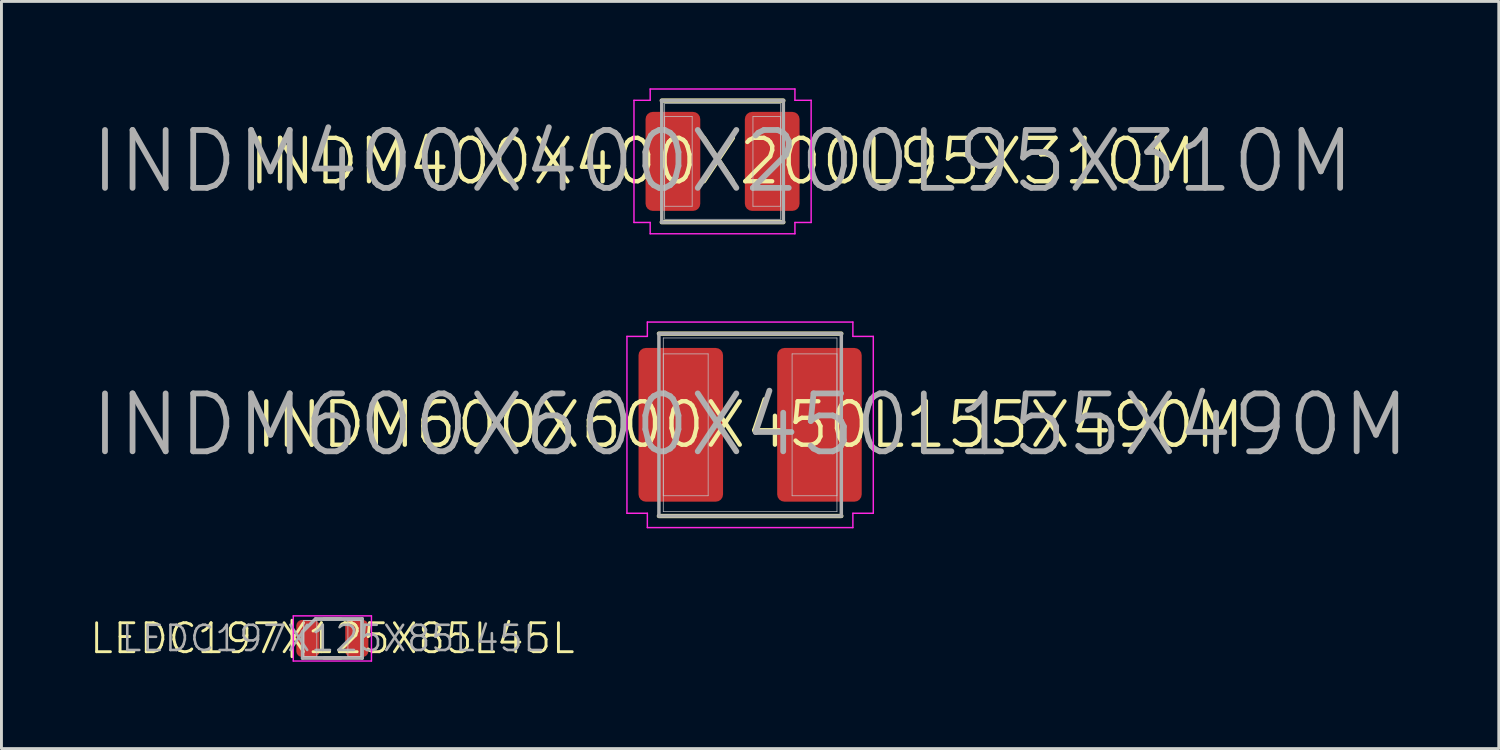
<source format=kicad_pcb>
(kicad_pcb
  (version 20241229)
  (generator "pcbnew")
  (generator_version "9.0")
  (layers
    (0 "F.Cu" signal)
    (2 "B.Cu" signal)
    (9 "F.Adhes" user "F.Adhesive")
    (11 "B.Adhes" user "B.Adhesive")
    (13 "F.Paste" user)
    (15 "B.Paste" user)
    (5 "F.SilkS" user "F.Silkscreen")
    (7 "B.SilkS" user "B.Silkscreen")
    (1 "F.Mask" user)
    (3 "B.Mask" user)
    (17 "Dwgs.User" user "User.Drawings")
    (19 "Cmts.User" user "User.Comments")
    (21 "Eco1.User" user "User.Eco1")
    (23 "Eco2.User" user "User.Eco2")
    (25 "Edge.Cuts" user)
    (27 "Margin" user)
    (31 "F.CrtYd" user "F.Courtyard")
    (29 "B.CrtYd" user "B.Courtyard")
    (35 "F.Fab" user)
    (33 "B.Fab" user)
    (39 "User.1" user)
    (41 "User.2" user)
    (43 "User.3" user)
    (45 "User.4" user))
  (footprint "INDM600X600X450L155X490M"
    (layer "F.Cu")
    (at 22.862 11.625)
    (property "Reference" "INDM600X600X450L155X490M" (at 0 0 0) (layer "F.SilkS") (effects (font (size 1.5 1.5) (thickness 0.15))))
    (attr smd)
    (fp_line (start -3.15 -3.15) (end 3.15 -3.15) (stroke (width 0.15) (type solid)) (layer "F.SilkS"))
    (fp_line (start 3.15 3.15) (end -3.15 3.15) (stroke (width 0.15) (type solid)) (layer "F.SilkS"))
    (fp_line (start -3 -3) (end 3 -3) (stroke (width 0.025) (type solid)) (layer "Dwgs.User"))
    (fp_line (start -3 -2.45) (end -1.45 -2.45) (stroke (width 0.025) (type solid)) (layer "Dwgs.User"))
    (fp_line (start -3 2.45) (end -3 -2.45) (stroke (width 0.025) (type solid)) (layer "Dwgs.User"))
    (fp_line (start -3 3) (end -3 -3) (stroke (width 0.025) (type solid)) (layer "Dwgs.User"))
    (fp_line (start -1.45 -2.45) (end -1.45 2.45) (stroke (width 0.025) (type solid)) (layer "Dwgs.User"))
    (fp_line (start -1.45 2.45) (end -3 2.45) (stroke (width 0.025) (type solid)) (layer "Dwgs.User"))
    (fp_line (start 1.45 -2.45) (end 3 -2.45) (stroke (width 0.025) (type solid)) (layer "Dwgs.User"))
    (fp_line (start 1.45 2.45) (end 1.45 -2.45) (stroke (width 0.025) (type solid)) (layer "Dwgs.User"))
    (fp_line (start 3 -3) (end 3 3) (stroke (width 0.025) (type solid)) (layer "Dwgs.User"))
    (fp_line (start 3 -2.45) (end 3 2.45) (stroke (width 0.025) (type solid)) (layer "Dwgs.User"))
    (fp_line (start 3 2.45) (end 1.45 2.45) (stroke (width 0.025) (type solid)) (layer "Dwgs.User"))
    (fp_line (start 3 3) (end -3 3) (stroke (width 0.025) (type solid)) (layer "Dwgs.User"))
    (fp_line (start -4.255 -3.055) (end -4.255 3.055) (stroke (width 0.05) (type solid)) (layer "F.CrtYd"))
    (fp_line (start -4.255 3.055) (end -3.55 3.055) (stroke (width 0.05) (type solid)) (layer "F.CrtYd"))
    (fp_line (start -3.55 -3.55) (end -3.55 -3.055) (stroke (width 0.05) (type solid)) (layer "F.CrtYd"))
    (fp_line (start -3.55 -3.055) (end -4.255 -3.055) (stroke (width 0.05) (type solid)) (layer "F.CrtYd"))
    (fp_line (start -3.55 3.055) (end -3.55 3.55) (stroke (width 0.05) (type solid)) (layer "F.CrtYd"))
    (fp_line (start -3.55 3.55) (end 3.55 3.55) (stroke (width 0.05) (type solid)) (layer "F.CrtYd"))
    (fp_line (start 3.55 -3.55) (end -3.55 -3.55) (stroke (width 0.05) (type solid)) (layer "F.CrtYd"))
    (fp_line (start 3.55 -3.055) (end 3.55 -3.55) (stroke (width 0.05) (type solid)) (layer "F.CrtYd"))
    (fp_line (start 3.55 3.055) (end 4.255 3.055) (stroke (width 0.05) (type solid)) (layer "F.CrtYd"))
    (fp_line (start 3.55 3.55) (end 3.55 3.055) (stroke (width 0.05) (type solid)) (layer "F.CrtYd"))
    (fp_line (start 4.255 -3.055) (end 3.55 -3.055) (stroke (width 0.05) (type solid)) (layer "F.CrtYd"))
    (fp_line (start 4.255 3.055) (end 4.255 -3.055) (stroke (width 0.05) (type solid)) (layer "F.CrtYd"))
    (fp_line (start -3.15 -3.15) (end 3.15 -3.15) (stroke (width 0.12) (type solid)) (layer "F.Fab"))
    (fp_line (start -3.15 3.15) (end -3.15 -3.15) (stroke (width 0.12) (type solid)) (layer "F.Fab"))
    (fp_line (start 3.15 -3.15) (end 3.15 3.15) (stroke (width 0.12) (type solid)) (layer "F.Fab"))
    (fp_line (start 3.15 3.15) (end -3.15 3.15) (stroke (width 0.12) (type solid)) (layer "F.Fab"))
    (fp_text user "${REFERENCE}" (at 0 0 0) (layer "F.Fab") (effects (font (size 2 2) (thickness 0.2))))
    (pad "1" smd roundrect (at -2.395 0) (size 2.92 5.31) (layers "F.Cu" "F.Mask" "F.Paste") (roundrect_rratio 0.086))
    (pad "2" smd roundrect (at 2.395 0) (size 2.92 5.31) (layers "F.Cu" "F.Mask" "F.Paste") (roundrect_rratio 0.086)))
  (footprint "INDM400X400X200L95X310M"
    (layer "F.Cu")
    (at 21.91 2.525)
    (property "Reference" "INDM400X400X200L95X310M" (at 0 0 0) (layer "F.SilkS") (effects (font (size 1.5 1.5) (thickness 0.15))))
    (attr smd)
    (fp_line (start -2.1 -2.1) (end 2.1 -2.1) (stroke (width 0.15) (type solid)) (layer "F.SilkS"))
    (fp_line (start 2.1 2.1) (end -2.1 2.1) (stroke (width 0.15) (type solid)) (layer "F.SilkS"))
    (fp_line (start -2 -2) (end 2 -2) (stroke (width 0.025) (type solid)) (layer "Dwgs.User"))
    (fp_line (start -2 -1.55) (end -1.05 -1.55) (stroke (width 0.025) (type solid)) (layer "Dwgs.User"))
    (fp_line (start -2 1.55) (end -2 -1.55) (stroke (width 0.025) (type solid)) (layer "Dwgs.User"))
    (fp_line (start -2 2) (end -2 -2) (stroke (width 0.025) (type solid)) (layer "Dwgs.User"))
    (fp_line (start -1.05 -1.55) (end -1.05 1.55) (stroke (width 0.025) (type solid)) (layer "Dwgs.User"))
    (fp_line (start -1.05 1.55) (end -2 1.55) (stroke (width 0.025) (type solid)) (layer "Dwgs.User"))
    (fp_line (start 1.05 -1.55) (end 2 -1.55) (stroke (width 0.025) (type solid)) (layer "Dwgs.User"))
    (fp_line (start 1.05 1.55) (end 1.05 -1.55) (stroke (width 0.025) (type solid)) (layer "Dwgs.User"))
    (fp_line (start 2 -2) (end 2 2) (stroke (width 0.025) (type solid)) (layer "Dwgs.User"))
    (fp_line (start 2 -1.55) (end 2 1.55) (stroke (width 0.025) (type solid)) (layer "Dwgs.User"))
    (fp_line (start 2 1.55) (end 1.05 1.55) (stroke (width 0.025) (type solid)) (layer "Dwgs.User"))
    (fp_line (start 2 2) (end -2 2) (stroke (width 0.025) (type solid)) (layer "Dwgs.User"))
    (fp_line (start -3.06 -2.11) (end -3.06 2.11) (stroke (width 0.05) (type solid)) (layer "F.CrtYd"))
    (fp_line (start -3.06 2.11) (end -2.5 2.11) (stroke (width 0.05) (type solid)) (layer "F.CrtYd"))
    (fp_line (start -2.5 -2.5) (end -2.5 -2.11) (stroke (width 0.05) (type solid)) (layer "F.CrtYd"))
    (fp_line (start -2.5 -2.11) (end -3.06 -2.11) (stroke (width 0.05) (type solid)) (layer "F.CrtYd"))
    (fp_line (start -2.5 2.11) (end -2.5 2.5) (stroke (width 0.05) (type solid)) (layer "F.CrtYd"))
    (fp_line (start -2.5 2.5) (end 2.5 2.5) (stroke (width 0.05) (type solid)) (layer "F.CrtYd"))
    (fp_line (start 2.5 -2.5) (end -2.5 -2.5) (stroke (width 0.05) (type solid)) (layer "F.CrtYd"))
    (fp_line (start 2.5 -2.11) (end 2.5 -2.5) (stroke (width 0.05) (type solid)) (layer "F.CrtYd"))
    (fp_line (start 2.5 2.11) (end 3.06 2.11) (stroke (width 0.05) (type solid)) (layer "F.CrtYd"))
    (fp_line (start 2.5 2.5) (end 2.5 2.11) (stroke (width 0.05) (type solid)) (layer "F.CrtYd"))
    (fp_line (start 3.06 -2.11) (end 2.5 -2.11) (stroke (width 0.05) (type solid)) (layer "F.CrtYd"))
    (fp_line (start 3.06 2.11) (end 3.06 -2.11) (stroke (width 0.05) (type solid)) (layer "F.CrtYd"))
    (fp_line (start -2.1 -2.1) (end 2.1 -2.1) (stroke (width 0.12) (type solid)) (layer "F.Fab"))
    (fp_line (start -2.1 2.1) (end -2.1 -2.1) (stroke (width 0.12) (type solid)) (layer "F.Fab"))
    (fp_line (start 2.1 -2.1) (end 2.1 2.1) (stroke (width 0.12) (type solid)) (layer "F.Fab"))
    (fp_line (start 2.1 2.1) (end -2.1 2.1) (stroke (width 0.12) (type solid)) (layer "F.Fab"))
    (fp_text user "${REFERENCE}" (at 0 0 0) (layer "F.Fab") (effects (font (size 2 2) (thickness 0.2))))
    (pad "1" smd roundrect (at -1.715 0) (size 1.89 3.42) (layers "F.Cu" "F.Mask" "F.Paste") (roundrect_rratio 0.132))
    (pad "2" smd roundrect (at 1.715 0) (size 1.89 3.42) (layers "F.Cu" "F.Mask" "F.Paste") (roundrect_rratio 0.132)))
  (footprint "LEDC197X125X85L45L"
    (layer "F.Cu")
    (at 8.431 19.005)
    (property "Reference" "LEDC197X125X85L45L" (at 0 0 0) (layer "F.SilkS") (effects (font (size 1 1) (thickness 0.1))))
    (attr smd)
    (fp_line (start -1.395 0.63) (end -1.395 -0.63) (stroke (width 0.1) (type solid)) (layer "F.SilkS"))
    (fp_line (start -0.295 -0.68) (end 0.295 -0.68) (stroke (width 0.1) (type solid)) (layer "F.SilkS"))
    (fp_line (start -0.295 0.68) (end 0.295 0.68) (stroke (width 0.1) (type solid)) (layer "F.SilkS"))
    (fp_line (start -0.988 -0.625) (end -0.537 -0.625) (stroke (width 0.025) (type solid)) (layer "Dwgs.User"))
    (fp_line (start -0.988 -0.625) (end 0.988 -0.625) (stroke (width 0.025) (type solid)) (layer "Dwgs.User"))
    (fp_line (start -0.988 0.625) (end -0.988 -0.625) (stroke (width 0.025) (type solid)) (layer "Dwgs.User"))
    (fp_line (start -0.988 0.625) (end -0.988 -0.625) (stroke (width 0.025) (type solid)) (layer "Dwgs.User"))
    (fp_line (start -0.537 -0.625) (end -0.537 0.625) (stroke (width 0.025) (type solid)) (layer "Dwgs.User"))
    (fp_line (start -0.537 0.625) (end -0.988 0.625) (stroke (width 0.025) (type solid)) (layer "Dwgs.User"))
    (fp_line (start 0.537 -0.625) (end 0.988 -0.625) (stroke (width 0.025) (type solid)) (layer "Dwgs.User"))
    (fp_line (start 0.537 0.625) (end 0.537 -0.625) (stroke (width 0.025) (type solid)) (layer "Dwgs.User"))
    (fp_line (start 0.988 -0.625) (end 0.988 0.625) (stroke (width 0.025) (type solid)) (layer "Dwgs.User"))
    (fp_line (start 0.988 -0.625) (end 0.988 0.625) (stroke (width 0.025) (type solid)) (layer "Dwgs.User"))
    (fp_line (start 0.988 0.625) (end -0.988 0.625) (stroke (width 0.025) (type solid)) (layer "Dwgs.User"))
    (fp_line (start 0.988 0.625) (end 0.537 0.625) (stroke (width 0.025) (type solid)) (layer "Dwgs.User"))
    (fp_line (start -1.35 -0.78) (end 1.35 -0.78) (stroke (width 0.05) (type solid)) (layer "F.CrtYd"))
    (fp_line (start -1.35 0.78) (end -1.35 -0.78) (stroke (width 0.05) (type solid)) (layer "F.CrtYd"))
    (fp_line (start 1.35 -0.78) (end 1.35 0.78) (stroke (width 0.05) (type solid)) (layer "F.CrtYd"))
    (fp_line (start 1.35 0.78) (end -1.35 0.78) (stroke (width 0.05) (type solid)) (layer "F.CrtYd"))
    (fp_line (start -1.03 -0.227) (end -0.577 -0.68) (stroke (width 0.12) (type solid)) (layer "F.Fab"))
    (fp_line (start -1.03 0.68) (end -1.03 -0.227) (stroke (width 0.12) (type solid)) (layer "F.Fab"))
    (fp_line (start -0.577 -0.68) (end 1.03 -0.68) (stroke (width 0.12) (type solid)) (layer "F.Fab"))
    (fp_line (start 1.03 -0.68) (end 1.03 0.68) (stroke (width 0.12) (type solid)) (layer "F.Fab"))
    (fp_line (start 1.03 0.68) (end -1.03 0.68) (stroke (width 0.12) (type solid)) (layer "F.Fab"))
    (fp_text user "${REFERENCE}" (at 0 0 0) (layer "F.Fab") (effects (font (size 0.87 0.87) (thickness 0.09))))
    (pad "1" smd roundrect (at -0.845 0) (size 0.8 1.28) (layers "F.Cu" "F.Mask" "F.Paste") (roundrect_rratio 0.25))
    (pad "2" smd roundrect (at 0.845 0) (size 0.8 1.28) (layers "F.Cu" "F.Mask" "F.Paste") (roundrect_rratio 0.25)))
  (gr_rect
    (start -3 -3)
    (end 48.724 22.81)
    (stroke (width 0.1) (type default))
    (fill no)
    (layer "Edge.Cuts")))
</source>
